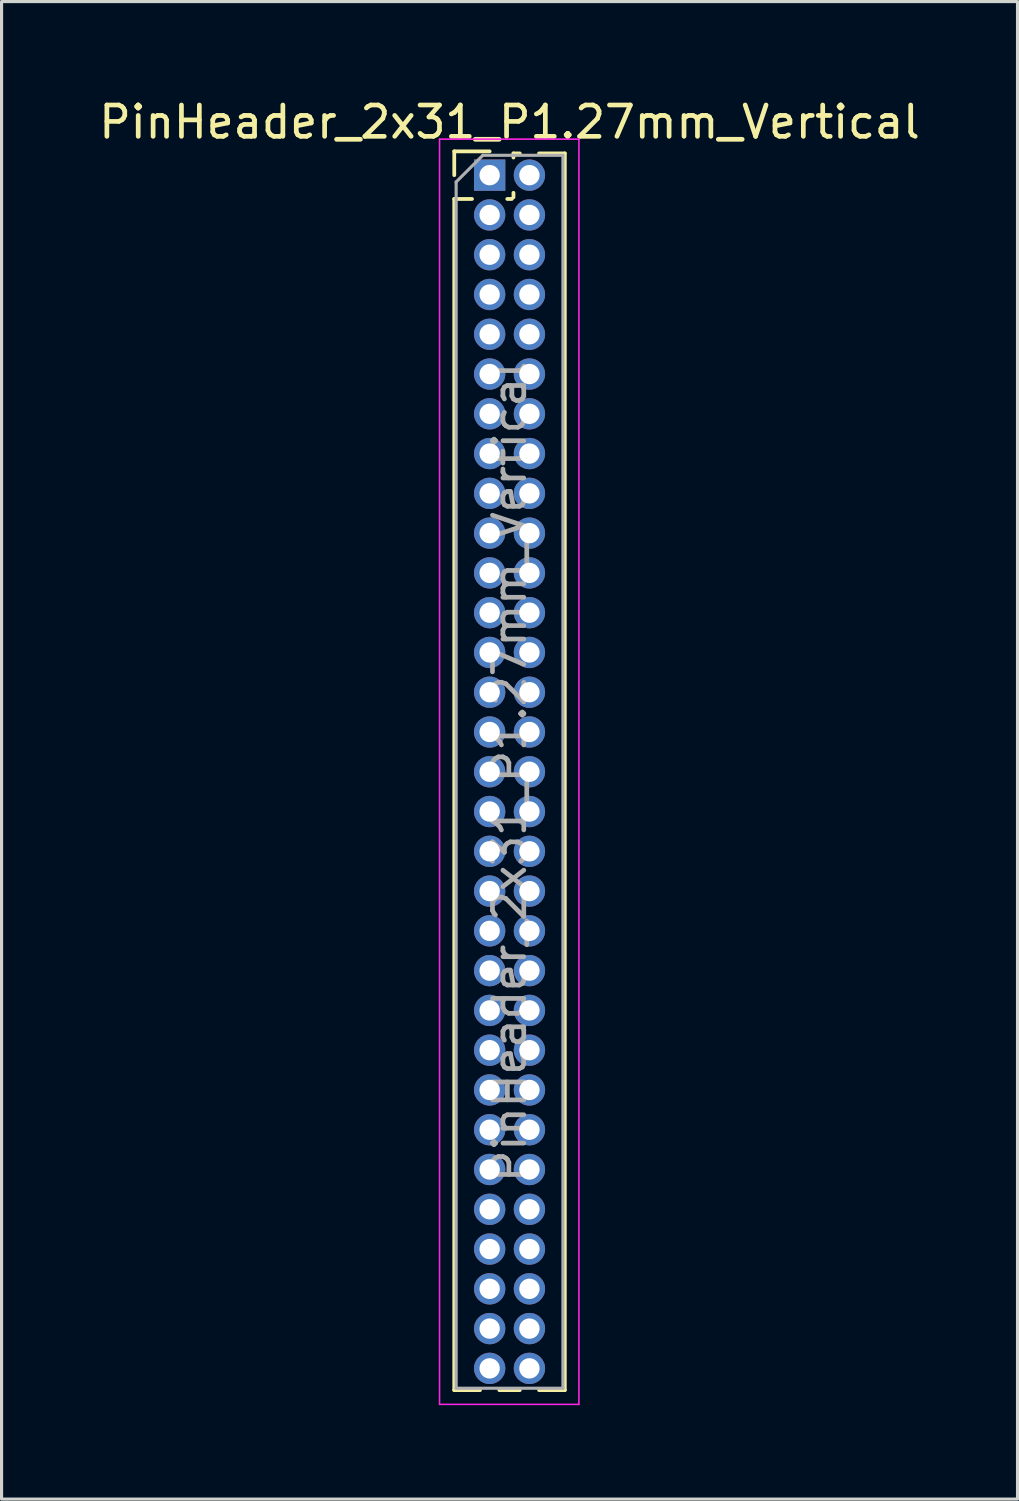
<source format=kicad_pcb>
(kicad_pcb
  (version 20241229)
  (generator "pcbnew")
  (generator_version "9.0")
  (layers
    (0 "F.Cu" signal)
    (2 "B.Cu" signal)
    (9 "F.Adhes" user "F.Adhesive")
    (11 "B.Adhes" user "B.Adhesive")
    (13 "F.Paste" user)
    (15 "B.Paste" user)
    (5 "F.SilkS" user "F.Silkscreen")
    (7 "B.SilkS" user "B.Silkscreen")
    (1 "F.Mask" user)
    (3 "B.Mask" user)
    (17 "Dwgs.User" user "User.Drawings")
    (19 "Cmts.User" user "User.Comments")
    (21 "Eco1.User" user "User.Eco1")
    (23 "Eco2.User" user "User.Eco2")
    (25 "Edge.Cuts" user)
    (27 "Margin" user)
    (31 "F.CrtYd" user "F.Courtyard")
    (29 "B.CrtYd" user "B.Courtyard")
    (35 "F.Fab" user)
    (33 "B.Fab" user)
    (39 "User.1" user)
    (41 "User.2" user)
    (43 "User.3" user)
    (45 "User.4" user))
  (footprint "PinHeader_2x31_P1.27mm_Vertical"
    (layer "F.Cu")
    (at 12.585 2.543)
    (property "Reference" "PinHeader_2x31_P1.27mm_Vertical" (at 0.635 -1.695 0) (layer "F.SilkS") (effects (font (size 1 1) (thickness 0.15))))
    (attr through_hole)
    (fp_line (start -1.13 -0.76) (end 0 -0.76) (stroke (width 0.12) (type solid)) (layer "F.SilkS"))
    (fp_line (start -1.13 0) (end -1.13 -0.76) (stroke (width 0.12) (type solid)) (layer "F.SilkS"))
    (fp_line (start -1.13 0.76) (end -1.13 38.795) (stroke (width 0.12) (type solid)) (layer "F.SilkS"))
    (fp_line (start -1.13 0.76) (end -0.563 0.76) (stroke (width 0.12) (type solid)) (layer "F.SilkS"))
    (fp_line (start -1.13 38.795) (end -0.308 38.795) (stroke (width 0.12) (type solid)) (layer "F.SilkS"))
    (fp_line (start 0.308 38.795) (end 0.962 38.795) (stroke (width 0.12) (type solid)) (layer "F.SilkS"))
    (fp_line (start 0.563 0.76) (end 0.707 0.76) (stroke (width 0.12) (type solid)) (layer "F.SilkS"))
    (fp_line (start 0.76 -0.695) (end 0.962 -0.695) (stroke (width 0.12) (type solid)) (layer "F.SilkS"))
    (fp_line (start 0.76 -0.563) (end 0.76 -0.695) (stroke (width 0.12) (type solid)) (layer "F.SilkS"))
    (fp_line (start 0.76 0.707) (end 0.76 0.563) (stroke (width 0.12) (type solid)) (layer "F.SilkS"))
    (fp_line (start 1.578 -0.695) (end 2.4 -0.695) (stroke (width 0.12) (type solid)) (layer "F.SilkS"))
    (fp_line (start 1.578 38.795) (end 2.4 38.795) (stroke (width 0.12) (type solid)) (layer "F.SilkS"))
    (fp_line (start 2.4 -0.695) (end 2.4 38.795) (stroke (width 0.12) (type solid)) (layer "F.SilkS"))
    (fp_line (start -1.6 -1.15) (end -1.6 39.25) (stroke (width 0.05) (type solid)) (layer "F.CrtYd"))
    (fp_line (start -1.6 39.25) (end 2.85 39.25) (stroke (width 0.05) (type solid)) (layer "F.CrtYd"))
    (fp_line (start 2.85 -1.15) (end -1.6 -1.15) (stroke (width 0.05) (type solid)) (layer "F.CrtYd"))
    (fp_line (start 2.85 39.25) (end 2.85 -1.15) (stroke (width 0.05) (type solid)) (layer "F.CrtYd"))
    (fp_line (start -1.07 0.217) (end -0.217 -0.635) (stroke (width 0.1) (type solid)) (layer "F.Fab"))
    (fp_line (start -1.07 38.735) (end -1.07 0.217) (stroke (width 0.1) (type solid)) (layer "F.Fab"))
    (fp_line (start -0.217 -0.635) (end 2.34 -0.635) (stroke (width 0.1) (type solid)) (layer "F.Fab"))
    (fp_line (start 2.34 -0.635) (end 2.34 38.735) (stroke (width 0.1) (type solid)) (layer "F.Fab"))
    (fp_line (start 2.34 38.735) (end -1.07 38.735) (stroke (width 0.1) (type solid)) (layer "F.Fab"))
    (fp_text user "${REFERENCE}" (at 0.635 19.05 90) (layer "F.Fab") (effects (font (size 1 1) (thickness 0.15))))
    (pad "1" thru_hole rect (at 0 0) (size 1 1) (drill 0.65) (layers "*.Cu" "*.Mask"))
    (pad "2" thru_hole oval (at 1.27 0) (size 1 1) (drill 0.65) (layers "*.Cu" "*.Mask"))
    (pad "3" thru_hole oval (at 0 1.27) (size 1 1) (drill 0.65) (layers "*.Cu" "*.Mask"))
    (pad "4" thru_hole oval (at 1.27 1.27) (size 1 1) (drill 0.65) (layers "*.Cu" "*.Mask"))
    (pad "5" thru_hole oval (at 0 2.54) (size 1 1) (drill 0.65) (layers "*.Cu" "*.Mask"))
    (pad "6" thru_hole oval (at 1.27 2.54) (size 1 1) (drill 0.65) (layers "*.Cu" "*.Mask"))
    (pad "7" thru_hole oval (at 0 3.81) (size 1 1) (drill 0.65) (layers "*.Cu" "*.Mask"))
    (pad "8" thru_hole oval (at 1.27 3.81) (size 1 1) (drill 0.65) (layers "*.Cu" "*.Mask"))
    (pad "9" thru_hole oval (at 0 5.08) (size 1 1) (drill 0.65) (layers "*.Cu" "*.Mask"))
    (pad "10" thru_hole oval (at 1.27 5.08) (size 1 1) (drill 0.65) (layers "*.Cu" "*.Mask"))
    (pad "11" thru_hole oval (at 0 6.35) (size 1 1) (drill 0.65) (layers "*.Cu" "*.Mask"))
    (pad "12" thru_hole oval (at 1.27 6.35) (size 1 1) (drill 0.65) (layers "*.Cu" "*.Mask"))
    (pad "13" thru_hole oval (at 0 7.62) (size 1 1) (drill 0.65) (layers "*.Cu" "*.Mask"))
    (pad "14" thru_hole oval (at 1.27 7.62) (size 1 1) (drill 0.65) (layers "*.Cu" "*.Mask"))
    (pad "15" thru_hole oval (at 0 8.89) (size 1 1) (drill 0.65) (layers "*.Cu" "*.Mask"))
    (pad "16" thru_hole oval (at 1.27 8.89) (size 1 1) (drill 0.65) (layers "*.Cu" "*.Mask"))
    (pad "17" thru_hole oval (at 0 10.16) (size 1 1) (drill 0.65) (layers "*.Cu" "*.Mask"))
    (pad "18" thru_hole oval (at 1.27 10.16) (size 1 1) (drill 0.65) (layers "*.Cu" "*.Mask"))
    (pad "19" thru_hole oval (at 0 11.43) (size 1 1) (drill 0.65) (layers "*.Cu" "*.Mask"))
    (pad "20" thru_hole oval (at 1.27 11.43) (size 1 1) (drill 0.65) (layers "*.Cu" "*.Mask"))
    (pad "21" thru_hole oval (at 0 12.7) (size 1 1) (drill 0.65) (layers "*.Cu" "*.Mask"))
    (pad "22" thru_hole oval (at 1.27 12.7) (size 1 1) (drill 0.65) (layers "*.Cu" "*.Mask"))
    (pad "23" thru_hole oval (at 0 13.97) (size 1 1) (drill 0.65) (layers "*.Cu" "*.Mask"))
    (pad "24" thru_hole oval (at 1.27 13.97) (size 1 1) (drill 0.65) (layers "*.Cu" "*.Mask"))
    (pad "25" thru_hole oval (at 0 15.24) (size 1 1) (drill 0.65) (layers "*.Cu" "*.Mask"))
    (pad "26" thru_hole oval (at 1.27 15.24) (size 1 1) (drill 0.65) (layers "*.Cu" "*.Mask"))
    (pad "27" thru_hole oval (at 0 16.51) (size 1 1) (drill 0.65) (layers "*.Cu" "*.Mask"))
    (pad "28" thru_hole oval (at 1.27 16.51) (size 1 1) (drill 0.65) (layers "*.Cu" "*.Mask"))
    (pad "29" thru_hole oval (at 0 17.78) (size 1 1) (drill 0.65) (layers "*.Cu" "*.Mask"))
    (pad "30" thru_hole oval (at 1.27 17.78) (size 1 1) (drill 0.65) (layers "*.Cu" "*.Mask"))
    (pad "31" thru_hole oval (at 0 19.05) (size 1 1) (drill 0.65) (layers "*.Cu" "*.Mask"))
    (pad "32" thru_hole oval (at 1.27 19.05) (size 1 1) (drill 0.65) (layers "*.Cu" "*.Mask"))
    (pad "33" thru_hole oval (at 0 20.32) (size 1 1) (drill 0.65) (layers "*.Cu" "*.Mask"))
    (pad "34" thru_hole oval (at 1.27 20.32) (size 1 1) (drill 0.65) (layers "*.Cu" "*.Mask"))
    (pad "35" thru_hole oval (at 0 21.59) (size 1 1) (drill 0.65) (layers "*.Cu" "*.Mask"))
    (pad "36" thru_hole oval (at 1.27 21.59) (size 1 1) (drill 0.65) (layers "*.Cu" "*.Mask"))
    (pad "37" thru_hole oval (at 0 22.86) (size 1 1) (drill 0.65) (layers "*.Cu" "*.Mask"))
    (pad "38" thru_hole oval (at 1.27 22.86) (size 1 1) (drill 0.65) (layers "*.Cu" "*.Mask"))
    (pad "39" thru_hole oval (at 0 24.13) (size 1 1) (drill 0.65) (layers "*.Cu" "*.Mask"))
    (pad "40" thru_hole oval (at 1.27 24.13) (size 1 1) (drill 0.65) (layers "*.Cu" "*.Mask"))
    (pad "41" thru_hole oval (at 0 25.4) (size 1 1) (drill 0.65) (layers "*.Cu" "*.Mask"))
    (pad "42" thru_hole oval (at 1.27 25.4) (size 1 1) (drill 0.65) (layers "*.Cu" "*.Mask"))
    (pad "43" thru_hole oval (at 0 26.67) (size 1 1) (drill 0.65) (layers "*.Cu" "*.Mask"))
    (pad "44" thru_hole oval (at 1.27 26.67) (size 1 1) (drill 0.65) (layers "*.Cu" "*.Mask"))
    (pad "45" thru_hole oval (at 0 27.94) (size 1 1) (drill 0.65) (layers "*.Cu" "*.Mask"))
    (pad "46" thru_hole oval (at 1.27 27.94) (size 1 1) (drill 0.65) (layers "*.Cu" "*.Mask"))
    (pad "47" thru_hole oval (at 0 29.21) (size 1 1) (drill 0.65) (layers "*.Cu" "*.Mask"))
    (pad "48" thru_hole oval (at 1.27 29.21) (size 1 1) (drill 0.65) (layers "*.Cu" "*.Mask"))
    (pad "49" thru_hole oval (at 0 30.48) (size 1 1) (drill 0.65) (layers "*.Cu" "*.Mask"))
    (pad "50" thru_hole oval (at 1.27 30.48) (size 1 1) (drill 0.65) (layers "*.Cu" "*.Mask"))
    (pad "51" thru_hole oval (at 0 31.75) (size 1 1) (drill 0.65) (layers "*.Cu" "*.Mask"))
    (pad "52" thru_hole oval (at 1.27 31.75) (size 1 1) (drill 0.65) (layers "*.Cu" "*.Mask"))
    (pad "53" thru_hole oval (at 0 33.02) (size 1 1) (drill 0.65) (layers "*.Cu" "*.Mask"))
    (pad "54" thru_hole oval (at 1.27 33.02) (size 1 1) (drill 0.65) (layers "*.Cu" "*.Mask"))
    (pad "55" thru_hole oval (at 0 34.29) (size 1 1) (drill 0.65) (layers "*.Cu" "*.Mask"))
    (pad "56" thru_hole oval (at 1.27 34.29) (size 1 1) (drill 0.65) (layers "*.Cu" "*.Mask"))
    (pad "57" thru_hole oval (at 0 35.56) (size 1 1) (drill 0.65) (layers "*.Cu" "*.Mask"))
    (pad "58" thru_hole oval (at 1.27 35.56) (size 1 1) (drill 0.65) (layers "*.Cu" "*.Mask"))
    (pad "59" thru_hole oval (at 0 36.83) (size 1 1) (drill 0.65) (layers "*.Cu" "*.Mask"))
    (pad "60" thru_hole oval (at 1.27 36.83) (size 1 1) (drill 0.65) (layers "*.Cu" "*.Mask"))
    (pad "61" thru_hole oval (at 0 38.1) (size 1 1) (drill 0.65) (layers "*.Cu" "*.Mask"))
    (pad "62" thru_hole oval (at 1.27 38.1) (size 1 1) (drill 0.65) (layers "*.Cu" "*.Mask")))
  (gr_rect
    (start -3 -3)
    (end 29.44 44.818)
    (stroke (width 0.1) (type default))
    (fill no)
    (layer "Edge.Cuts")))
</source>
